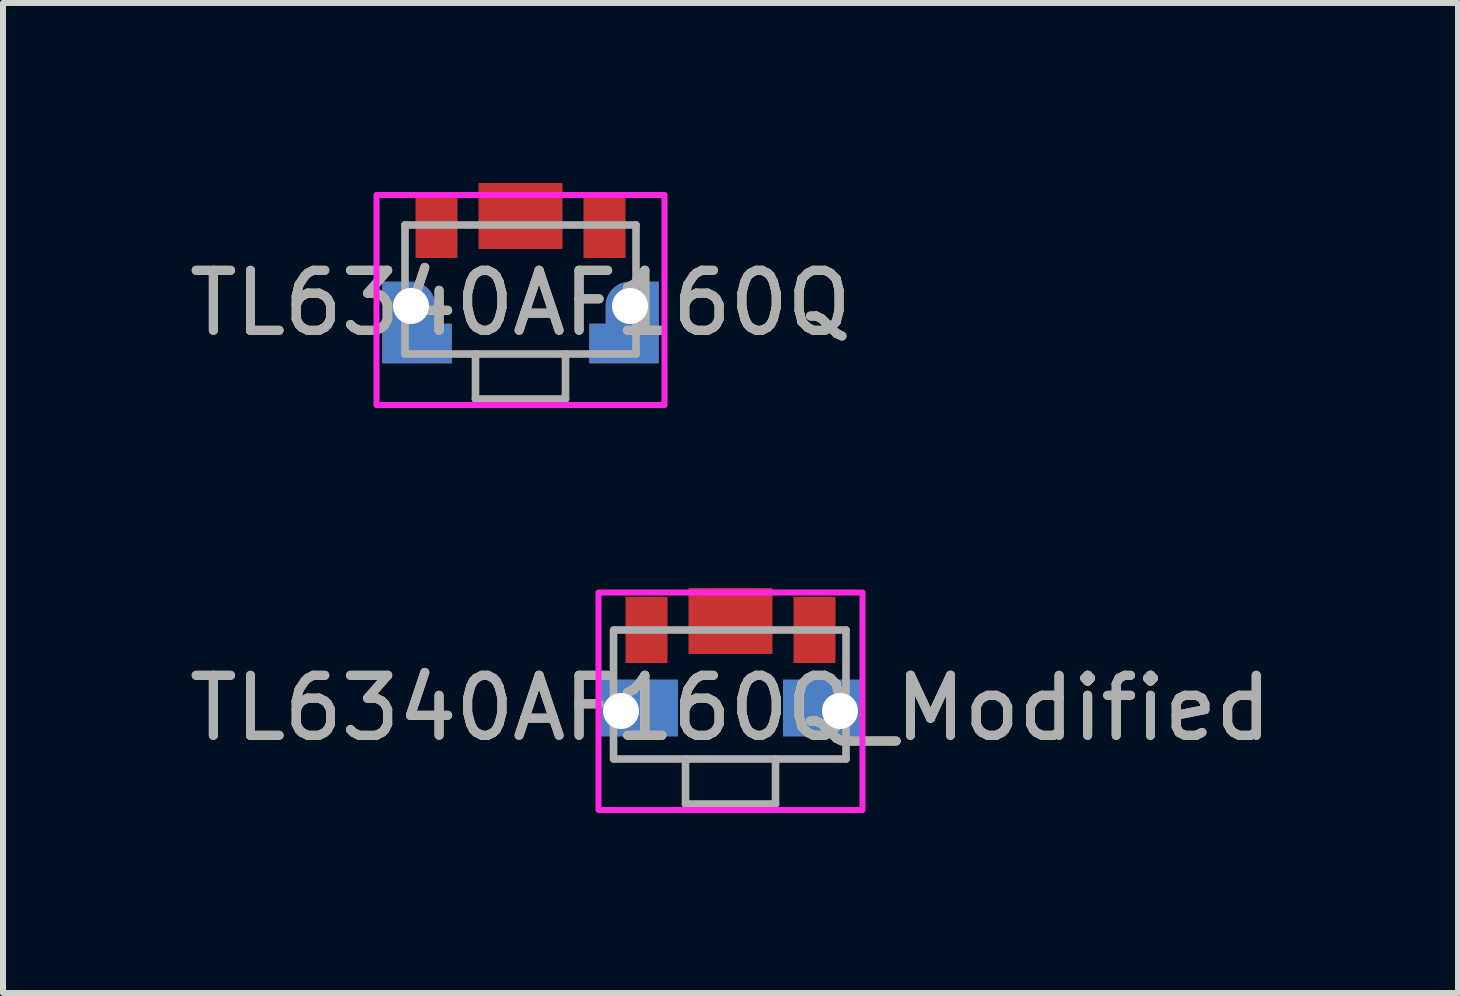
<source format=kicad_pcb>
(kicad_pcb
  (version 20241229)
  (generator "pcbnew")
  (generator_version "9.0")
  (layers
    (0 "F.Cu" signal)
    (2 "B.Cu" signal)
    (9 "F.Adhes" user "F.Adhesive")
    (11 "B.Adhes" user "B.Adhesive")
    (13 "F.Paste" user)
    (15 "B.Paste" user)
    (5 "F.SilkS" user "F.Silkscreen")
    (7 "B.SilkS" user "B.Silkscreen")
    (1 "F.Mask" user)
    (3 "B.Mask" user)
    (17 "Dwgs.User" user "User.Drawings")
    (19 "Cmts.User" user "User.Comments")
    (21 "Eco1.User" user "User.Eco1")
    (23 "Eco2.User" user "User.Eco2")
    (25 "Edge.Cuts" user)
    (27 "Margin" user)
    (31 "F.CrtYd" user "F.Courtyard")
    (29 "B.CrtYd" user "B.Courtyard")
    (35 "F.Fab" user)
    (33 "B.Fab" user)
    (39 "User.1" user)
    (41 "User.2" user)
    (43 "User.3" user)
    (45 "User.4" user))
  (footprint "TL6340AF160Q"
    (layer "F.Cu")
    (at 5.625 2)
    (property "Reference" "TL6340AF160Q" (at 0 0 0) (unlocked yes) (layer "F.SilkS") (effects (font (size 1 1) (thickness 0.15))))
    (attr smd)
    (fp_poly (pts (xy -1.15 1) (xy -2.3 1) (xy -2.3 -0.35) (xy -1.825 -0.35) (xy -1.804 -0.349) (xy -1.783 -0.348) (xy -1.762 -0.345) (xy -1.742 -0.341) (xy -1.721 -0.336) (xy -1.701 -0.33) (xy -1.682 -0.323) (xy -1.662 -0.315) (xy -1.643 -0.306) (xy -1.625 -0.296) (xy -1.607 -0.285) (xy -1.59 -0.274) (xy -1.573 -0.261) (xy -1.557 -0.247) (xy -1.542 -0.233) (xy -1.528 -0.218) (xy -1.514 -0.202) (xy -1.501 -0.185) (xy -1.49 -0.168) (xy -1.479 -0.15) (xy -1.469 -0.132) (xy -1.46 -0.113) (xy -1.452 -0.093) (xy -1.445 -0.074) (xy -1.439 -0.054) (xy -1.434 -0.033) (xy -1.43 -0.013) (xy -1.427 0.008) (xy -1.426 0.029) (xy -1.425 0.05) (xy -1.425 0.35) (xy -1.15 0.35) (xy -1.15 1)) (stroke (width 0.01) (type solid)) (fill yes) (layer "F.Cu"))
    (fp_poly (pts (xy 2.295 1) (xy 2.3 1) (xy 2.3 -0.35) (xy 1.825 -0.35) (xy 1.804 -0.349) (xy 1.783 -0.348) (xy 1.762 -0.345) (xy 1.742 -0.341) (xy 1.721 -0.336) (xy 1.701 -0.33) (xy 1.682 -0.323) (xy 1.662 -0.315) (xy 1.643 -0.306) (xy 1.625 -0.296) (xy 1.607 -0.285) (xy 1.59 -0.274) (xy 1.573 -0.261) (xy 1.557 -0.247) (xy 1.542 -0.233) (xy 1.528 -0.218) (xy 1.514 -0.202) (xy 1.501 -0.185) (xy 1.49 -0.168) (xy 1.479 -0.15) (xy 1.469 -0.132) (xy 1.46 -0.113) (xy 1.452 -0.093) (xy 1.445 -0.074) (xy 1.439 -0.054) (xy 1.434 -0.033) (xy 1.43 -0.013) (xy 1.427 0.008) (xy 1.426 0.029) (xy 1.425 0.05) (xy 1.425 0.35) (xy 1.15 0.35) (xy 1.15 1) (xy 2.295 1)) (stroke (width 0.01) (type solid)) (fill yes) (layer "F.Cu"))
    (fp_poly (pts (xy -1.325 0.25) (xy -1.05 0.25) (xy -1.05 1.1) (xy -2.4 1.1) (xy -2.4 -0.45) (xy -1.825 -0.45) (xy -1.799 -0.449) (xy -1.773 -0.447) (xy -1.747 -0.444) (xy -1.721 -0.439) (xy -1.696 -0.433) (xy -1.67 -0.426) (xy -1.646 -0.417) (xy -1.622 -0.407) (xy -1.598 -0.396) (xy -1.575 -0.383) (xy -1.553 -0.369) (xy -1.531 -0.355) (xy -1.51 -0.339) (xy -1.49 -0.322) (xy -1.471 -0.304) (xy -1.453 -0.285) (xy -1.436 -0.265) (xy -1.42 -0.244) (xy -1.406 -0.222) (xy -1.392 -0.2) (xy -1.379 -0.177) (xy -1.368 -0.153) (xy -1.358 -0.129) (xy -1.349 -0.105) (xy -1.342 -0.079) (xy -1.336 -0.054) (xy -1.331 -0.028) (xy -1.328 -0.002) (xy -1.326 0.024) (xy -1.325 0.05) (xy -1.325 0.25)) (stroke (width 0.01) (type solid)) (fill yes) (layer "F.Mask"))
    (fp_poly (pts (xy 1.325 0.25) (xy 1.05 0.25) (xy 1.05 1.1) (xy 1.075 1.1) (xy 2.4 1.1) (xy 2.4 -0.45) (xy 1.825 -0.45) (xy 1.799 -0.449) (xy 1.773 -0.447) (xy 1.747 -0.444) (xy 1.721 -0.439) (xy 1.696 -0.433) (xy 1.67 -0.426) (xy 1.646 -0.417) (xy 1.622 -0.407) (xy 1.598 -0.396) (xy 1.575 -0.383) (xy 1.553 -0.369) (xy 1.531 -0.355) (xy 1.51 -0.339) (xy 1.49 -0.322) (xy 1.471 -0.304) (xy 1.453 -0.285) (xy 1.436 -0.265) (xy 1.42 -0.244) (xy 1.406 -0.222) (xy 1.392 -0.2) (xy 1.379 -0.177) (xy 1.368 -0.153) (xy 1.358 -0.129) (xy 1.349 -0.105) (xy 1.342 -0.079) (xy 1.336 -0.054) (xy 1.331 -0.028) (xy 1.328 -0.002) (xy 1.326 0.024) (xy 1.325 0.05) (xy 1.325 0.25)) (stroke (width 0.01) (type solid)) (fill yes) (layer "F.Mask"))
    (fp_poly (pts (xy -1.15 1) (xy -2.3 1) (xy -2.3 -0.35) (xy -1.825 -0.35) (xy -1.804 -0.349) (xy -1.783 -0.348) (xy -1.762 -0.345) (xy -1.742 -0.341) (xy -1.721 -0.336) (xy -1.701 -0.33) (xy -1.682 -0.323) (xy -1.662 -0.315) (xy -1.643 -0.306) (xy -1.625 -0.296) (xy -1.607 -0.285) (xy -1.59 -0.274) (xy -1.573 -0.261) (xy -1.557 -0.247) (xy -1.542 -0.233) (xy -1.528 -0.218) (xy -1.514 -0.202) (xy -1.501 -0.185) (xy -1.49 -0.168) (xy -1.479 -0.15) (xy -1.469 -0.132) (xy -1.46 -0.113) (xy -1.452 -0.093) (xy -1.445 -0.074) (xy -1.439 -0.054) (xy -1.434 -0.033) (xy -1.43 -0.013) (xy -1.427 0.008) (xy -1.426 0.029) (xy -1.425 0.05) (xy -1.425 0.35) (xy -1.15 0.35) (xy -1.15 1)) (stroke (width 0.01) (type solid)) (fill yes) (layer "B.Cu"))
    (fp_poly (pts (xy 1.15 1) (xy 2.3 1) (xy 2.3 -0.35) (xy 1.825 -0.35) (xy 1.804 -0.349) (xy 1.783 -0.348) (xy 1.762 -0.345) (xy 1.742 -0.341) (xy 1.721 -0.336) (xy 1.701 -0.33) (xy 1.682 -0.323) (xy 1.662 -0.315) (xy 1.643 -0.306) (xy 1.625 -0.296) (xy 1.607 -0.285) (xy 1.59 -0.274) (xy 1.573 -0.261) (xy 1.557 -0.247) (xy 1.542 -0.233) (xy 1.528 -0.218) (xy 1.514 -0.202) (xy 1.501 -0.185) (xy 1.49 -0.168) (xy 1.479 -0.15) (xy 1.469 -0.132) (xy 1.46 -0.113) (xy 1.452 -0.093) (xy 1.445 -0.074) (xy 1.439 -0.054) (xy 1.434 -0.033) (xy 1.43 -0.013) (xy 1.427 0.008) (xy 1.426 0.029) (xy 1.425 0.05) (xy 1.425 0.35) (xy 1.15 0.35) (xy 1.15 1)) (stroke (width 0.01) (type solid)) (fill yes) (layer "B.Cu"))
    (fp_poly (pts (xy -1.325 0.25) (xy -1.05 0.25) (xy -1.05 1.1) (xy -2.4 1.1) (xy -2.4 -0.45) (xy -1.825 -0.45) (xy -1.799 -0.449) (xy -1.773 -0.447) (xy -1.747 -0.444) (xy -1.721 -0.439) (xy -1.696 -0.433) (xy -1.67 -0.426) (xy -1.646 -0.417) (xy -1.622 -0.407) (xy -1.598 -0.396) (xy -1.575 -0.383) (xy -1.553 -0.369) (xy -1.531 -0.355) (xy -1.51 -0.339) (xy -1.49 -0.322) (xy -1.471 -0.304) (xy -1.453 -0.285) (xy -1.436 -0.265) (xy -1.42 -0.244) (xy -1.406 -0.222) (xy -1.392 -0.2) (xy -1.379 -0.177) (xy -1.368 -0.153) (xy -1.358 -0.129) (xy -1.349 -0.105) (xy -1.342 -0.079) (xy -1.336 -0.054) (xy -1.331 -0.028) (xy -1.328 -0.002) (xy -1.326 0.024) (xy -1.325 0.05) (xy -1.325 0.25)) (stroke (width 0.01) (type solid)) (fill yes) (layer "B.Mask"))
    (fp_poly (pts (xy 1.325 0.25) (xy 1.05 0.25) (xy 1.05 1.1) (xy 2.4 1.1) (xy 2.4 -0.45) (xy 1.825 -0.45) (xy 1.799 -0.449) (xy 1.773 -0.447) (xy 1.747 -0.444) (xy 1.721 -0.439) (xy 1.696 -0.433) (xy 1.67 -0.426) (xy 1.646 -0.417) (xy 1.622 -0.407) (xy 1.598 -0.396) (xy 1.575 -0.383) (xy 1.553 -0.369) (xy 1.531 -0.355) (xy 1.51 -0.339) (xy 1.49 -0.322) (xy 1.471 -0.304) (xy 1.453 -0.285) (xy 1.436 -0.265) (xy 1.42 -0.244) (xy 1.406 -0.222) (xy 1.392 -0.2) (xy 1.379 -0.177) (xy 1.368 -0.153) (xy 1.358 -0.129) (xy 1.349 -0.105) (xy 1.342 -0.079) (xy 1.336 -0.054) (xy 1.331 -0.028) (xy 1.328 -0.002) (xy 1.326 0.024) (xy 1.325 0.05) (xy 1.325 0.25)) (stroke (width 0.01) (type solid)) (fill yes) (layer "B.Mask"))
    (fp_rect (start -2.4 -1.8) (end 2.4 1.7) (stroke (width 0.1) (type default)) (fill no) (layer "F.CrtYd"))
    (fp_line (start -1.925 -1.3) (end -1.925 0.85) (stroke (width 0.127) (type solid)) (layer "F.Fab"))
    (fp_line (start -0.75 1.6) (end -0.75 0.85) (stroke (width 0.127) (type solid)) (layer "F.Fab"))
    (fp_line (start 0.75 0.85) (end 0.75 1.6) (stroke (width 0.127) (type solid)) (layer "F.Fab"))
    (fp_line (start 0.75 1.6) (end -0.75 1.6) (stroke (width 0.127) (type solid)) (layer "F.Fab"))
    (fp_line (start 1.925 -1.3) (end -1.925 -1.3) (stroke (width 0.127) (type solid)) (layer "F.Fab"))
    (fp_line (start 1.925 0.85) (end -1.925 0.85) (stroke (width 0.127) (type solid)) (layer "F.Fab"))
    (fp_line (start 1.925 0.85) (end 1.925 -1.3) (stroke (width 0.127) (type solid)) (layer "F.Fab"))
    (fp_text user "${REFERENCE}" (at 0 0 0) (unlocked yes) (layer "F.Fab") (effects (font (size 1 1) (thickness 0.15))))
    (pad "1" smd rect (at 1.4 -1.3 180) (size 0.7 1.1) (layers "F.Cu" "F.Mask" "F.Paste"))
    (pad "2" smd rect (at -1.4 -1.3 180) (size 0.7 1.1) (layers "F.Cu" "F.Mask" "F.Paste"))
    (pad "SH" thru_hole circle (at -1.825 0.05 180) (size 0.8 0.8) (drill 0.6) (layers "*.Cu"))
    (pad "SH" smd rect (at 0 -1.45 180) (size 1.4 1.1) (layers "F.Cu" "F.Mask" "F.Paste"))
    (pad "SH" thru_hole circle (at 1.825 0.05 180) (size 0.8 0.8) (drill 0.6) (layers "*.Cu")))
  (footprint "TL6340AF160Q_Modified"
    (layer "F.Cu")
    (at 9.125 8.75)
    (property "Reference" "TL6340AF160Q_Modified" (at 0 0 0) (unlocked yes) (layer "F.SilkS") (effects (font (size 1 1) (thickness 0.15))))
    (attr smd)
    (fp_rect (start -2.2 -1.925) (end 2.2 1.7) (stroke (width 0.1) (type default)) (fill no) (layer "F.CrtYd"))
    (fp_line (start -1.95 -1.3) (end -1.95 0.85) (stroke (width 0.127) (type solid)) (layer "F.Fab"))
    (fp_line (start -0.75 1.6) (end -0.75 0.85) (stroke (width 0.127) (type solid)) (layer "F.Fab"))
    (fp_line (start 0.75 0.85) (end 0.75 1.6) (stroke (width 0.127) (type solid)) (layer "F.Fab"))
    (fp_line (start 0.75 1.6) (end -0.75 1.6) (stroke (width 0.127) (type solid)) (layer "F.Fab"))
    (fp_line (start 1.925 -1.3) (end -1.925 -1.3) (stroke (width 0.127) (type solid)) (layer "F.Fab"))
    (fp_line (start 1.925 0.85) (end -1.925 0.85) (stroke (width 0.127) (type solid)) (layer "F.Fab"))
    (fp_line (start 1.925 0.85) (end 1.925 -1.3) (stroke (width 0.127) (type solid)) (layer "F.Fab"))
    (fp_text user "${REFERENCE}" (at 0 0 0) (unlocked yes) (layer "F.Fab") (effects (font (size 1 1) (thickness 0.15))))
    (pad "1" smd rect (at 1.4 -1.3 180) (size 0.7 1.1) (layers "F.Cu" "F.Mask" "F.Paste"))
    (pad "2" smd rect (at -1.4 -1.3 180) (size 0.7 1.1) (layers "F.Cu" "F.Mask" "F.Paste"))
    (pad "SH" thru_hole circle (at -1.825 0.05 180) (size 0.8 0.8) (drill 0.6) (layers "*.Cu" "*.Mask"))
    (pad "SH" smd rect (at -1.55 0) (size 1.35 0.95) (layers "B.Cu" "B.Mask" "B.Paste"))
    (pad "SH" smd rect (at 0 -1.45 180) (size 1.4 1.1) (layers "F.Cu" "F.Mask" "F.Paste"))
    (pad "SH" smd rect (at 1.55 0) (size 1.35 0.95) (layers "B.Cu" "B.Mask" "B.Paste"))
    (pad "SH" thru_hole circle (at 1.825 0.05 180) (size 0.8 0.8) (drill 0.6) (layers "*.Cu" "*.Mask")))
  (gr_rect
    (start -3 -3)
    (end 21.25 13.5)
    (stroke (width 0.1) (type default))
    (fill no)
    (layer "Edge.Cuts")))
</source>
